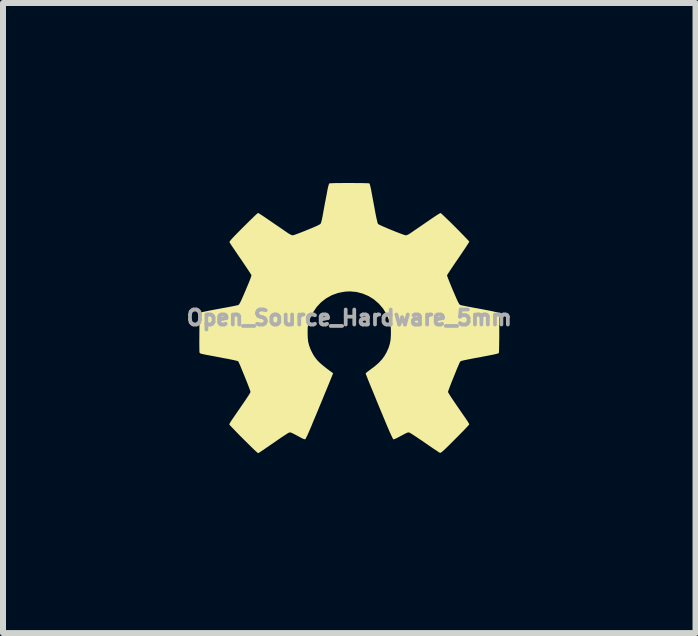
<source format=kicad_pcb>
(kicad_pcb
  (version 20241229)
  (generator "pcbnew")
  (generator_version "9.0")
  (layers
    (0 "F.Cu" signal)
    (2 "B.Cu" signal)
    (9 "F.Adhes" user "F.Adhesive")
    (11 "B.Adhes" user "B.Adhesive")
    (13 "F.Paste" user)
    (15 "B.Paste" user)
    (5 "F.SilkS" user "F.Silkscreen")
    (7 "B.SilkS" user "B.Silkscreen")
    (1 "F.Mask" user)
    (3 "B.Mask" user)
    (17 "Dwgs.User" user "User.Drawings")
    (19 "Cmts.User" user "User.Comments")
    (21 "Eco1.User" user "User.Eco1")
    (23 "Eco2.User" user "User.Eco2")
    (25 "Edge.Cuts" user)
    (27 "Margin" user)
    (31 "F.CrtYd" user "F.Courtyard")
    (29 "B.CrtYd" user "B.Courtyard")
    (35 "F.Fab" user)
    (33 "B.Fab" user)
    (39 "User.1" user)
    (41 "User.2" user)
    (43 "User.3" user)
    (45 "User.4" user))
  (footprint "Open_Source_Hardware_5mm"
    (layer "F.Cu")
    (at 2.771 2.246)
    (property "Reference" "Open_Source_Hardware_5mm" (at 0 0 0) (layer "F.Fab") (effects (font (size 0.25 0.25) (thickness 0.3))))
    (attr board_only exclude_from_pos_files exclude_from_bom)
    (fp_poly (pts (xy 0.055 -2.246) (xy 0.121 -2.245) (xy 0.183 -2.245) (xy 0.237 -2.244) (xy 0.281 -2.243) (xy 0.313 -2.242) (xy 0.331 -2.24) (xy 0.333 -2.239) (xy 0.337 -2.236) (xy 0.341 -2.228) (xy 0.345 -2.215) (xy 0.35 -2.195) (xy 0.357 -2.166) (xy 0.365 -2.128) (xy 0.374 -2.078) (xy 0.386 -2.014) (xy 0.401 -1.936) (xy 0.418 -1.842) (xy 0.419 -1.837) (xy 0.435 -1.749) (xy 0.449 -1.679) (xy 0.461 -1.626) (xy 0.47 -1.589) (xy 0.477 -1.568) (xy 0.481 -1.563) (xy 0.494 -1.554) (xy 0.521 -1.541) (xy 0.56 -1.523) (xy 0.607 -1.503) (xy 0.66 -1.48) (xy 0.715 -1.458) (xy 0.771 -1.435) (xy 0.823 -1.415) (xy 0.87 -1.397) (xy 0.907 -1.384) (xy 0.934 -1.376) (xy 0.944 -1.374) (xy 0.963 -1.379) (xy 0.991 -1.392) (xy 1.022 -1.411) (xy 1.027 -1.415) (xy 1.059 -1.437) (xy 1.099 -1.465) (xy 1.145 -1.496) (xy 1.186 -1.524) (xy 1.234 -1.557) (xy 1.289 -1.595) (xy 1.346 -1.634) (xy 1.397 -1.669) (xy 1.398 -1.669) (xy 1.438 -1.696) (xy 1.473 -1.719) (xy 1.501 -1.736) (xy 1.518 -1.745) (xy 1.521 -1.746) (xy 1.53 -1.74) (xy 1.55 -1.722) (xy 1.579 -1.695) (xy 1.615 -1.66) (xy 1.657 -1.62) (xy 1.703 -1.575) (xy 1.751 -1.527) (xy 1.799 -1.479) (xy 1.846 -1.431) (xy 1.889 -1.387) (xy 1.928 -1.347) (xy 1.96 -1.313) (xy 1.984 -1.288) (xy 1.998 -1.272) (xy 2 -1.268) (xy 1.995 -1.258) (xy 1.981 -1.235) (xy 1.959 -1.201) (xy 1.93 -1.157) (xy 1.895 -1.105) (xy 1.856 -1.047) (xy 1.817 -0.99) (xy 1.774 -0.928) (xy 1.735 -0.87) (xy 1.7 -0.818) (xy 1.671 -0.774) (xy 1.649 -0.74) (xy 1.635 -0.718) (xy 1.63 -0.709) (xy 1.632 -0.697) (xy 1.641 -0.67) (xy 1.656 -0.632) (xy 1.675 -0.584) (xy 1.698 -0.528) (xy 1.723 -0.467) (xy 1.728 -0.456) (xy 1.758 -0.387) (xy 1.781 -0.333) (xy 1.8 -0.291) (xy 1.814 -0.261) (xy 1.826 -0.24) (xy 1.835 -0.226) (xy 1.843 -0.218) (xy 1.851 -0.213) (xy 1.861 -0.21) (xy 1.863 -0.209) (xy 1.88 -0.205) (xy 1.912 -0.199) (xy 1.957 -0.19) (xy 2.013 -0.179) (xy 2.077 -0.167) (xy 2.146 -0.155) (xy 2.177 -0.149) (xy 2.247 -0.136) (xy 2.313 -0.123) (xy 2.37 -0.112) (xy 2.418 -0.101) (xy 2.454 -0.093) (xy 2.475 -0.087) (xy 2.48 -0.085) (xy 2.5 -0.072) (xy 2.5 0.253) (xy 2.5 0.328) (xy 2.499 0.398) (xy 2.498 0.46) (xy 2.497 0.512) (xy 2.496 0.552) (xy 2.494 0.578) (xy 2.493 0.588) (xy 2.482 0.593) (xy 2.457 0.601) (xy 2.42 0.61) (xy 2.376 0.619) (xy 2.359 0.622) (xy 2.309 0.632) (xy 2.262 0.641) (xy 2.222 0.648) (xy 2.195 0.654) (xy 2.191 0.655) (xy 2.158 0.661) (xy 2.118 0.668) (xy 2.095 0.672) (xy 2.013 0.688) (xy 1.949 0.701) (xy 1.9 0.711) (xy 1.868 0.72) (xy 1.851 0.728) (xy 1.849 0.729) (xy 1.843 0.741) (xy 1.831 0.767) (xy 1.815 0.804) (xy 1.795 0.85) (xy 1.774 0.903) (xy 1.751 0.96) (xy 1.728 1.017) (xy 1.705 1.073) (xy 1.685 1.125) (xy 1.668 1.17) (xy 1.655 1.206) (xy 1.647 1.229) (xy 1.646 1.237) (xy 1.651 1.248) (xy 1.665 1.272) (xy 1.686 1.306) (xy 1.714 1.348) (xy 1.746 1.396) (xy 1.768 1.428) (xy 1.806 1.484) (xy 1.845 1.54) (xy 1.881 1.593) (xy 1.913 1.639) (xy 1.938 1.675) (xy 1.945 1.685) (xy 1.968 1.719) (xy 1.986 1.748) (xy 1.997 1.769) (xy 2 1.776) (xy 1.994 1.785) (xy 1.976 1.805) (xy 1.948 1.835) (xy 1.912 1.873) (xy 1.868 1.918) (xy 1.819 1.968) (xy 1.765 2.022) (xy 1.764 2.023) (xy 1.703 2.084) (xy 1.653 2.134) (xy 1.613 2.173) (xy 1.581 2.203) (xy 1.558 2.224) (xy 1.54 2.238) (xy 1.528 2.247) (xy 1.519 2.251) (xy 1.512 2.251) (xy 1.507 2.249) (xy 1.495 2.242) (xy 1.469 2.225) (xy 1.433 2.201) (xy 1.388 2.171) (xy 1.336 2.135) (xy 1.279 2.096) (xy 1.259 2.082) (xy 1.201 2.042) (xy 1.147 2.006) (xy 1.098 1.973) (xy 1.058 1.947) (xy 1.028 1.928) (xy 1.009 1.917) (xy 1.006 1.915) (xy 0.997 1.912) (xy 0.988 1.911) (xy 0.977 1.912) (xy 0.962 1.917) (xy 0.94 1.927) (xy 0.909 1.943) (xy 0.866 1.966) (xy 0.812 1.995) (xy 0.781 2.011) (xy 0.754 2.022) (xy 0.737 2.026) (xy 0.734 2.026) (xy 0.728 2.016) (xy 0.715 1.992) (xy 0.698 1.955) (xy 0.676 1.908) (xy 0.652 1.852) (xy 0.625 1.79) (xy 0.614 1.763) (xy 0.555 1.62) (xy 0.5 1.489) (xy 0.451 1.37) (xy 0.408 1.264) (xy 0.37 1.172) (xy 0.338 1.094) (xy 0.312 1.03) (xy 0.293 0.981) (xy 0.28 0.948) (xy 0.273 0.93) (xy 0.273 0.928) (xy 0.28 0.92) (xy 0.298 0.904) (xy 0.326 0.883) (xy 0.343 0.87) (xy 0.422 0.811) (xy 0.487 0.755) (xy 0.54 0.7) (xy 0.584 0.641) (xy 0.621 0.577) (xy 0.623 0.572) (xy 0.655 0.502) (xy 0.676 0.435) (xy 0.689 0.365) (xy 0.694 0.286) (xy 0.694 0.25) (xy 0.694 0.199) (xy 0.692 0.161) (xy 0.688 0.129) (xy 0.682 0.099) (xy 0.671 0.065) (xy 0.664 0.042) (xy 0.62 -0.061) (xy 0.562 -0.155) (xy 0.492 -0.236) (xy 0.411 -0.306) (xy 0.321 -0.362) (xy 0.224 -0.403) (xy 0.12 -0.43) (xy 0.011 -0.44) (xy -0.075 -0.435) (xy -0.186 -0.414) (xy -0.289 -0.377) (xy -0.384 -0.325) (xy -0.469 -0.259) (xy -0.543 -0.18) (xy -0.605 -0.088) (xy -0.654 0.014) (xy -0.664 0.042) (xy -0.676 0.081) (xy -0.685 0.111) (xy -0.69 0.14) (xy -0.693 0.173) (xy -0.694 0.214) (xy -0.694 0.255) (xy -0.692 0.332) (xy -0.685 0.398) (xy -0.67 0.459) (xy -0.648 0.519) (xy -0.623 0.573) (xy -0.596 0.622) (xy -0.567 0.666) (xy -0.533 0.708) (xy -0.492 0.75) (xy -0.441 0.794) (xy -0.38 0.843) (xy -0.305 0.899) (xy -0.295 0.906) (xy -0.269 0.924) (xy -0.298 0.997) (xy -0.304 1.012) (xy -0.312 1.031) (xy -0.321 1.054) (xy -0.332 1.081) (xy -0.346 1.115) (xy -0.363 1.156) (xy -0.383 1.205) (xy -0.408 1.264) (xy -0.436 1.334) (xy -0.47 1.416) (xy -0.509 1.51) (xy -0.554 1.619) (xy -0.606 1.742) (xy -0.627 1.795) (xy -0.653 1.855) (xy -0.676 1.909) (xy -0.697 1.956) (xy -0.715 1.992) (xy -0.727 2.016) (xy -0.734 2.026) (xy -0.748 2.024) (xy -0.773 2.015) (xy -0.804 2) (xy -0.812 1.995) (xy -0.868 1.965) (xy -0.91 1.943) (xy -0.941 1.927) (xy -0.962 1.917) (xy -0.977 1.912) (xy -0.988 1.911) (xy -0.997 1.912) (xy -1.006 1.915) (xy -1.021 1.923) (xy -1.048 1.94) (xy -1.085 1.964) (xy -1.129 1.993) (xy -1.179 2.027) (xy -1.209 2.048) (xy -1.284 2.1) (xy -1.346 2.142) (xy -1.395 2.176) (xy -1.434 2.203) (xy -1.464 2.222) (xy -1.485 2.237) (xy -1.5 2.246) (xy -1.51 2.252) (xy -1.517 2.254) (xy -1.521 2.255) (xy -1.522 2.255) (xy -1.53 2.249) (xy -1.55 2.231) (xy -1.58 2.204) (xy -1.618 2.167) (xy -1.662 2.124) (xy -1.712 2.074) (xy -1.766 2.021) (xy -1.82 1.967) (xy -1.869 1.917) (xy -1.912 1.872) (xy -1.949 1.834) (xy -1.976 1.805) (xy -1.994 1.785) (xy -2 1.776) (xy -1.995 1.765) (xy -1.982 1.742) (xy -1.963 1.711) (xy -1.945 1.685) (xy -1.923 1.654) (xy -1.894 1.611) (xy -1.859 1.56) (xy -1.82 1.504) (xy -1.782 1.448) (xy -1.768 1.428) (xy -1.733 1.377) (xy -1.703 1.331) (xy -1.677 1.292) (xy -1.658 1.261) (xy -1.648 1.242) (xy -1.646 1.237) (xy -1.649 1.224) (xy -1.658 1.197) (xy -1.672 1.159) (xy -1.69 1.112) (xy -1.711 1.059) (xy -1.734 1.002) (xy -1.757 0.945) (xy -1.78 0.889) (xy -1.801 0.838) (xy -1.819 0.793) (xy -1.835 0.759) (xy -1.845 0.736) (xy -1.849 0.729) (xy -1.853 0.726) (xy -1.859 0.723) (xy -1.869 0.719) (xy -1.884 0.715) (xy -1.906 0.71) (xy -1.936 0.703) (xy -1.975 0.695) (xy -2.025 0.685) (xy -2.087 0.674) (xy -2.162 0.659) (xy -2.253 0.642) (xy -2.36 0.622) (xy -2.361 0.622) (xy -2.413 0.612) (xy -2.449 0.604) (xy -2.472 0.598) (xy -2.486 0.592) (xy -2.493 0.585) (xy -2.496 0.579) (xy -2.497 0.565) (xy -2.498 0.536) (xy -2.498 0.493) (xy -2.499 0.438) (xy -2.499 0.374) (xy -2.498 0.303) (xy -2.498 0.241) (xy -2.495 -0.077) (xy -2.473 -0.088) (xy -2.458 -0.092) (xy -2.428 -0.099) (xy -2.385 -0.108) (xy -2.332 -0.119) (xy -2.269 -0.131) (xy -2.201 -0.144) (xy -2.168 -0.15) (xy -2.098 -0.163) (xy -2.032 -0.175) (xy -1.973 -0.186) (xy -1.923 -0.196) (xy -1.886 -0.204) (xy -1.863 -0.209) (xy -1.858 -0.21) (xy -1.85 -0.213) (xy -1.841 -0.219) (xy -1.833 -0.229) (xy -1.823 -0.246) (xy -1.81 -0.27) (xy -1.794 -0.304) (xy -1.774 -0.35) (xy -1.748 -0.41) (xy -1.728 -0.456) (xy -1.702 -0.518) (xy -1.678 -0.575) (xy -1.658 -0.625) (xy -1.643 -0.665) (xy -1.633 -0.694) (xy -1.63 -0.708) (xy -1.63 -0.709) (xy -1.636 -0.72) (xy -1.651 -0.744) (xy -1.674 -0.779) (xy -1.703 -0.823) (xy -1.739 -0.876) (xy -1.778 -0.934) (xy -1.812 -0.984) (xy -1.854 -1.045) (xy -1.893 -1.103) (xy -1.928 -1.154) (xy -1.957 -1.197) (xy -1.978 -1.23) (xy -1.992 -1.252) (xy -1.997 -1.259) (xy -1.995 -1.267) (xy -1.986 -1.281) (xy -1.969 -1.302) (xy -1.943 -1.331) (xy -1.906 -1.37) (xy -1.859 -1.418) (xy -1.8 -1.478) (xy -1.767 -1.511) (xy -1.713 -1.564) (xy -1.663 -1.614) (xy -1.618 -1.657) (xy -1.58 -1.694) (xy -1.55 -1.722) (xy -1.53 -1.74) (xy -1.521 -1.746) (xy -1.521 -1.746) (xy -1.51 -1.741) (xy -1.487 -1.728) (xy -1.455 -1.707) (xy -1.417 -1.682) (xy -1.398 -1.669) (xy -1.347 -1.634) (xy -1.29 -1.595) (xy -1.235 -1.557) (xy -1.187 -1.525) (xy -1.186 -1.524) (xy -1.142 -1.494) (xy -1.097 -1.463) (xy -1.057 -1.435) (xy -1.027 -1.415) (xy -0.996 -1.395) (xy -0.967 -1.381) (xy -0.947 -1.374) (xy -0.945 -1.374) (xy -0.929 -1.377) (xy -0.9 -1.386) (xy -0.86 -1.401) (xy -0.812 -1.419) (xy -0.758 -1.44) (xy -0.703 -1.463) (xy -0.648 -1.485) (xy -0.596 -1.507) (xy -0.55 -1.527) (xy -0.514 -1.544) (xy -0.49 -1.557) (xy -0.481 -1.563) (xy -0.472 -1.579) (xy -0.462 -1.612) (xy -0.451 -1.661) (xy -0.441 -1.714) (xy -0.431 -1.771) (xy -0.42 -1.83) (xy -0.41 -1.885) (xy -0.402 -1.93) (xy -0.4 -1.937) (xy -0.391 -1.984) (xy -0.38 -2.041) (xy -0.369 -2.098) (xy -0.364 -2.128) (xy -0.355 -2.17) (xy -0.346 -2.205) (xy -0.338 -2.229) (xy -0.333 -2.239) (xy -0.322 -2.241) (xy -0.294 -2.242) (xy -0.254 -2.244) (xy -0.203 -2.245) (xy -0.144 -2.245) (xy -0.08 -2.246) (xy -0.012 -2.246)) (stroke (width 0) (type solid)) (fill yes) (layer "F.SilkS")))
  (gr_rect
    (start -3 -3)
    (end 8.542 7.501)
    (stroke (width 0.1) (type default))
    (fill no)
    (layer "Edge.Cuts")))
</source>
